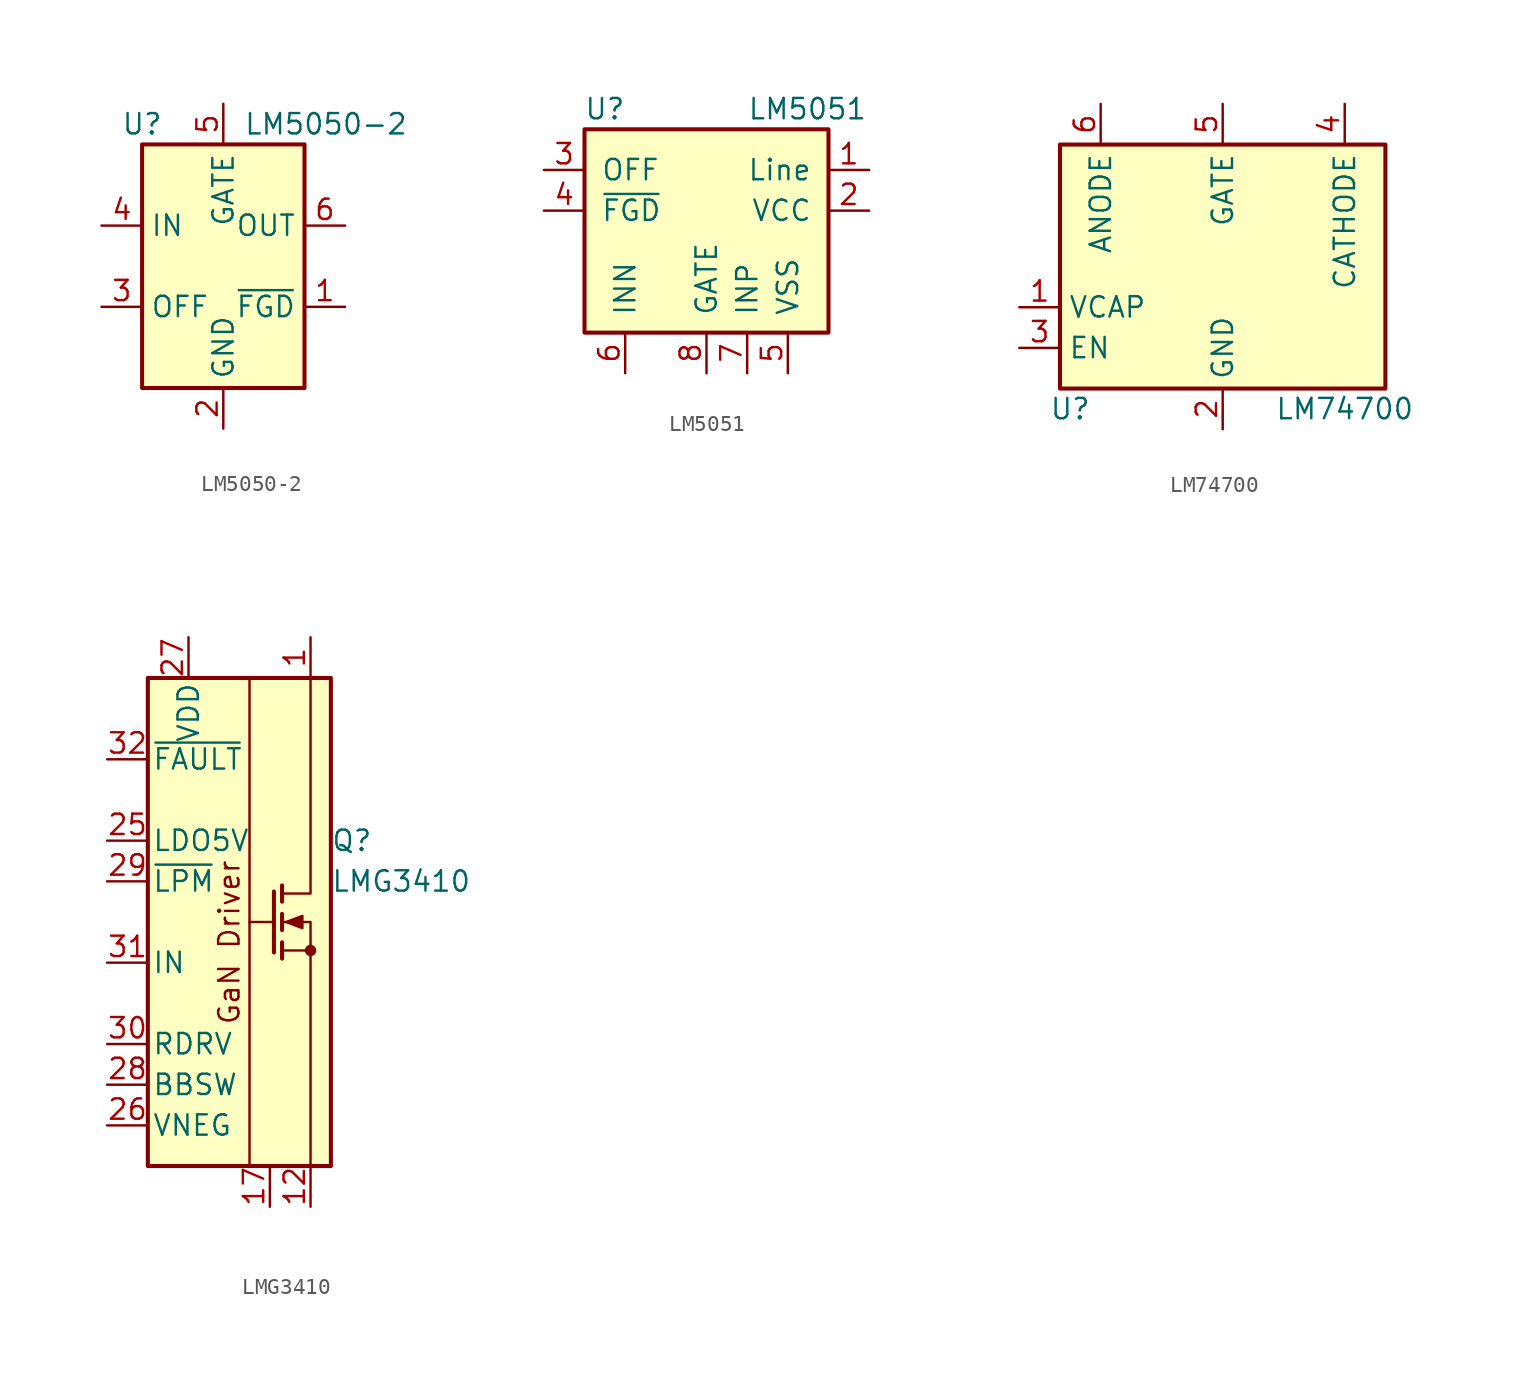
<source format=kicad_sym>
(kicad_symbol_lib
  (version 20231120)
  (generator "kicad_symbol_editor")
  (generator_version "8.0")
  (symbol "LM5050-2"
    (property "Reference" "U"
      (at -5.08 8.89 0)
      (effects (font (size 1.27 1.27))))
    (property "Value" "LM5050-2"
      (at 1.27 8.89 0)
      (effects (font (size 1.27 1.27)) (justify left)))
    (symbol "LM5050-2_0_1"
      (rectangle (start -5.08 7.62) (end 5.08 -7.62) (stroke (width 0.254) (type default)) (fill (type background))))
    (symbol "LM5050-2_1_1"
      (pin open_collector line (at 7.62 -2.54 180) (length 2.54) (name "~{FGD}" (effects (font (size 1.27 1.27)))) (number "1" (effects (font (size 1.27 1.27)))))
      (pin power_in line (at 0 -10.16 90) (length 2.54) (name "GND" (effects (font (size 1.27 1.27)))) (number "2" (effects (font (size 1.27 1.27)))))
      (pin input line (at -7.62 -2.54 0) (length 2.54) (name "OFF" (effects (font (size 1.27 1.27)))) (number "3" (effects (font (size 1.27 1.27)))))
      (pin input line (at -7.62 2.54 0) (length 2.54) (name "IN" (effects (font (size 1.27 1.27)))) (number "4" (effects (font (size 1.27 1.27)))))
      (pin output line (at 0 10.16 270) (length 2.54) (name "GATE" (effects (font (size 1.27 1.27)))) (number "5" (effects (font (size 1.27 1.27)))))
      (pin input line (at 7.62 2.54 180) (length 2.54) (name "OUT" (effects (font (size 1.27 1.27)))) (number "6" (effects (font (size 1.27 1.27)))))))
  (symbol "LM5051"
    (pin_names
      (offset 1.016))
    (property "Reference" "U"
      (at -6.35 6.35 0)
      (effects (font (size 1.27 1.27))))
    (property "Value" "LM5051"
      (at 2.54 6.35 0)
      (effects (font (size 1.27 1.27)) (justify left)))
    (symbol "LM5051_0_1"
      (rectangle (start -7.62 5.08) (end 7.62 -7.62) (stroke (width 0.254) (type default)) (fill (type background))))
    (symbol "LM5051_1_1"
      (pin power_in line (at 10.16 2.54 180) (length 2.54) (name "Line" (effects (font (size 1.27 1.27)))) (number "1" (effects (font (size 1.27 1.27)))))
      (pin passive line (at 10.16 0 180) (length 2.54) (name "VCC" (effects (font (size 1.27 1.27)))) (number "2" (effects (font (size 1.27 1.27)))))
      (pin input line (at -10.16 2.54 0) (length 2.54) (name "OFF" (effects (font (size 1.27 1.27)))) (number "3" (effects (font (size 1.27 1.27)))))
      (pin open_collector line (at -10.16 0 0) (length 2.54) (name "~{FGD}" (effects (font (size 1.27 1.27)))) (number "4" (effects (font (size 1.27 1.27)))))
      (pin power_in line (at 5.08 -10.16 90) (length 2.54) (name "VSS" (effects (font (size 1.27 1.27)))) (number "5" (effects (font (size 1.27 1.27)))))
      (pin input line (at -5.08 -10.16 90) (length 2.54) (name "INN" (effects (font (size 1.27 1.27)))) (number "6" (effects (font (size 1.27 1.27)))))
      (pin power_in line (at 2.54 -10.16 90) (length 2.54) (name "INP" (effects (font (size 1.27 1.27)))) (number "7" (effects (font (size 1.27 1.27)))))
      (pin output line (at 0 -10.16 90) (length 2.54) (name "GATE" (effects (font (size 1.27 1.27)))) (number "8" (effects (font (size 1.27 1.27)))))))
  (symbol "LM74700"
    (property "Reference" "U"
      (at -9.525 -8.89 0)
      (effects (font (size 1.27 1.27))))
    (property "Value" "LM74700"
      (at 7.62 -8.89 0)
      (effects (font (size 1.27 1.27))))
    (symbol "LM74700_0_1"
      (rectangle (start -10.16 7.62) (end 10.16 -7.62) (stroke (width 0.254) (type default)) (fill (type background))))
    (symbol "LM74700_1_1"
      (pin passive line (at -12.7 -2.54 0) (length 2.54) (name "VCAP" (effects (font (size 1.27 1.27)))) (number "1" (effects (font (size 1.27 1.27)))))
      (pin power_in line (at 0 -10.16 90) (length 2.54) (name "GND" (effects (font (size 1.27 1.27)))) (number "2" (effects (font (size 1.27 1.27)))))
      (pin input line (at -12.7 -5.08 0) (length 2.54) (name "EN" (effects (font (size 1.27 1.27)))) (number "3" (effects (font (size 1.27 1.27)))))
      (pin input line (at 7.62 10.16 270) (length 2.54) (name "CATHODE" (effects (font (size 1.27 1.27)))) (number "4" (effects (font (size 1.27 1.27)))))
      (pin output line (at 0 10.16 270) (length 2.54) (name "GATE" (effects (font (size 1.27 1.27)))) (number "5" (effects (font (size 1.27 1.27)))))
      (pin power_in line (at -7.62 10.16 270) (length 2.54) (name "ANODE" (effects (font (size 1.27 1.27)))) (number "6" (effects (font (size 1.27 1.27)))))))
  (symbol "LMG3410"
    (pin_names
      (offset 0.254))
    (property "Reference" "Q"
      (at 6.35 5.08 0)
      (effects (font (size 1.27 1.27)) (justify left)))
    (property "Value" "LMG3410"
      (at 6.35 2.54 0)
      (effects (font (size 1.27 1.27)) (justify left)))
    (symbol "LMG3410_0_1"
      (rectangle (start -5.08 15.24) (end 6.35 -15.24) (stroke (width 0.254) (type default)) (fill (type background)))
      (polyline (pts (xy 1.27 0) (xy 2.794 0)) (stroke (width 0) (type default)) (fill (type none)))
      (polyline (pts (xy 1.27 15.24) (xy 1.27 -15.24)) (stroke (width 0) (type default)) (fill (type none)))
      (polyline (pts (xy 3.302 -1.778) (xy 5.08 -1.778)) (stroke (width 0) (type default)) (fill (type none)))
      (polyline (pts (xy 3.302 -1.27) (xy 3.302 -2.286)) (stroke (width 0.254) (type default)) (fill (type none)))
      (polyline (pts (xy 3.302 0.508) (xy 3.302 -0.508)) (stroke (width 0.254) (type default)) (fill (type none)))
      (polyline (pts (xy 3.302 2.286) (xy 3.302 1.27)) (stroke (width 0.254) (type default)) (fill (type none)))
      (polyline (pts (xy 2.794 1.905) (xy 2.794 -1.905) (xy 2.794 -1.905)) (stroke (width 0.254) (type default)) (fill (type none)))
      (polyline (pts (xy 3.302 0) (xy 5.08 0) (xy 5.08 -15.24)) (stroke (width 0) (type default)) (fill (type none)))
      (polyline (pts (xy 5.08 15.24) (xy 5.08 1.778) (xy 3.302 1.778)) (stroke (width 0) (type default)) (fill (type none)))
      (polyline (pts (xy 3.556 0) (xy 4.572 0.381) (xy 4.572 -0.381) (xy 3.556 0)) (stroke (width 0) (type default)) (fill (type outline)))
      (circle (center 5.08 -1.778) (radius 0.279) (stroke (width 0) (type default)) (fill (type outline))))
    (symbol "LMG3410_1_0"
      (text "GaN Driver" (at 0 -1.27 900) (effects (font (size 1.27 1.27)))))
    (symbol "LMG3410_1_1"
      (pin passive line (at 5.08 17.78 270) (length 2.54) (name "~" (effects (font (size 1.27 1.27)))) (number "1" (effects (font (size 1.27 1.27)))))
      (pin passive line (at 5.08 17.78 270) (length 2.54) hide (name "~" (effects (font (size 1.27 1.27)))) (number "10" (effects (font (size 1.27 1.27)))))
      (pin passive line (at 5.08 17.78 270) (length 2.54) hide (name "~" (effects (font (size 1.27 1.27)))) (number "11" (effects (font (size 1.27 1.27)))))
      (pin passive line (at 5.08 -17.78 90) (length 2.54) (name "~" (effects (font (size 1.27 1.27)))) (number "12" (effects (font (size 1.27 1.27)))))
      (pin passive line (at 5.08 -17.78 90) (length 2.54) hide (name "~" (effects (font (size 1.27 1.27)))) (number "13" (effects (font (size 1.27 1.27)))))
      (pin passive line (at 5.08 -17.78 90) (length 2.54) hide (name "~" (effects (font (size 1.27 1.27)))) (number "14" (effects (font (size 1.27 1.27)))))
      (pin passive line (at 5.08 -17.78 90) (length 2.54) hide (name "~" (effects (font (size 1.27 1.27)))) (number "15" (effects (font (size 1.27 1.27)))))
      (pin passive line (at 5.08 -17.78 90) (length 2.54) hide (name "~" (effects (font (size 1.27 1.27)))) (number "16" (effects (font (size 1.27 1.27)))))
      (pin passive line (at 2.54 -17.78 90) (length 2.54) (name "~" (effects (font (size 1.27 1.27)))) (number "17" (effects (font (size 1.27 1.27)))))
      (pin passive line (at 5.08 -17.78 90) (length 2.54) hide (name "~" (effects (font (size 1.27 1.27)))) (number "18" (effects (font (size 1.27 1.27)))))
      (pin passive line (at 5.08 -17.78 90) (length 2.54) hide (name "~" (effects (font (size 1.27 1.27)))) (number "19" (effects (font (size 1.27 1.27)))))
      (pin passive line (at 5.08 17.78 270) (length 2.54) hide (name "~" (effects (font (size 1.27 1.27)))) (number "2" (effects (font (size 1.27 1.27)))))
      (pin passive line (at 5.08 -17.78 90) (length 2.54) hide (name "~" (effects (font (size 1.27 1.27)))) (number "20" (effects (font (size 1.27 1.27)))))
      (pin passive line (at 5.08 -17.78 90) (length 2.54) hide (name "~" (effects (font (size 1.27 1.27)))) (number "21" (effects (font (size 1.27 1.27)))))
      (pin passive line (at 5.08 -17.78 90) (length 2.54) hide (name "~" (effects (font (size 1.27 1.27)))) (number "22" (effects (font (size 1.27 1.27)))))
      (pin passive line (at 5.08 -17.78 90) (length 2.54) hide (name "~" (effects (font (size 1.27 1.27)))) (number "23" (effects (font (size 1.27 1.27)))))
      (pin passive line (at 5.08 -17.78 90) (length 2.54) hide (name "~" (effects (font (size 1.27 1.27)))) (number "24" (effects (font (size 1.27 1.27)))))
      (pin power_out line (at -7.62 5.08 0) (length 2.54) (name "LDO5V" (effects (font (size 1.27 1.27)))) (number "25" (effects (font (size 1.27 1.27)))))
      (pin power_in line (at -7.62 -12.7 0) (length 2.54) (name "VNEG" (effects (font (size 1.27 1.27)))) (number "26" (effects (font (size 1.27 1.27)))))
      (pin power_in line (at -2.54 17.78 270) (length 2.54) (name "VDD" (effects (font (size 1.27 1.27)))) (number "27" (effects (font (size 1.27 1.27)))))
      (pin passive line (at -7.62 -10.16 0) (length 2.54) (name "BBSW" (effects (font (size 1.27 1.27)))) (number "28" (effects (font (size 1.27 1.27)))))
      (pin input line (at -7.62 2.54 0) (length 2.54) (name "~{LPM}" (effects (font (size 1.27 1.27)))) (number "29" (effects (font (size 1.27 1.27)))))
      (pin passive line (at 5.08 17.78 270) (length 2.54) hide (name "~" (effects (font (size 1.27 1.27)))) (number "3" (effects (font (size 1.27 1.27)))))
      (pin passive line (at -7.62 -7.62 0) (length 2.54) (name "RDRV" (effects (font (size 1.27 1.27)))) (number "30" (effects (font (size 1.27 1.27)))))
      (pin input line (at -7.62 -2.54 0) (length 2.54) (name "IN" (effects (font (size 1.27 1.27)))) (number "31" (effects (font (size 1.27 1.27)))))
      (pin output line (at -7.62 10.16 0) (length 2.54) (name "~{FAULT}" (effects (font (size 1.27 1.27)))) (number "32" (effects (font (size 1.27 1.27)))))
      (pin passive line (at 5.08 -17.78 90) (length 2.54) hide (name "~" (effects (font (size 1.27 1.27)))) (number "33" (effects (font (size 1.27 1.27)))))
      (pin passive line (at 5.08 17.78 270) (length 2.54) hide (name "~" (effects (font (size 1.27 1.27)))) (number "4" (effects (font (size 1.27 1.27)))))
      (pin passive line (at 5.08 17.78 270) (length 2.54) hide (name "~" (effects (font (size 1.27 1.27)))) (number "5" (effects (font (size 1.27 1.27)))))
      (pin passive line (at 5.08 17.78 270) (length 2.54) hide (name "~" (effects (font (size 1.27 1.27)))) (number "6" (effects (font (size 1.27 1.27)))))
      (pin passive line (at 5.08 17.78 270) (length 2.54) hide (name "~" (effects (font (size 1.27 1.27)))) (number "7" (effects (font (size 1.27 1.27)))))
      (pin passive line (at 5.08 17.78 270) (length 2.54) hide (name "~" (effects (font (size 1.27 1.27)))) (number "8" (effects (font (size 1.27 1.27)))))
      (pin passive line (at 5.08 17.78 270) (length 2.54) hide (name "~" (effects (font (size 1.27 1.27)))) (number "9" (effects (font (size 1.27 1.27))))))))
</source>
